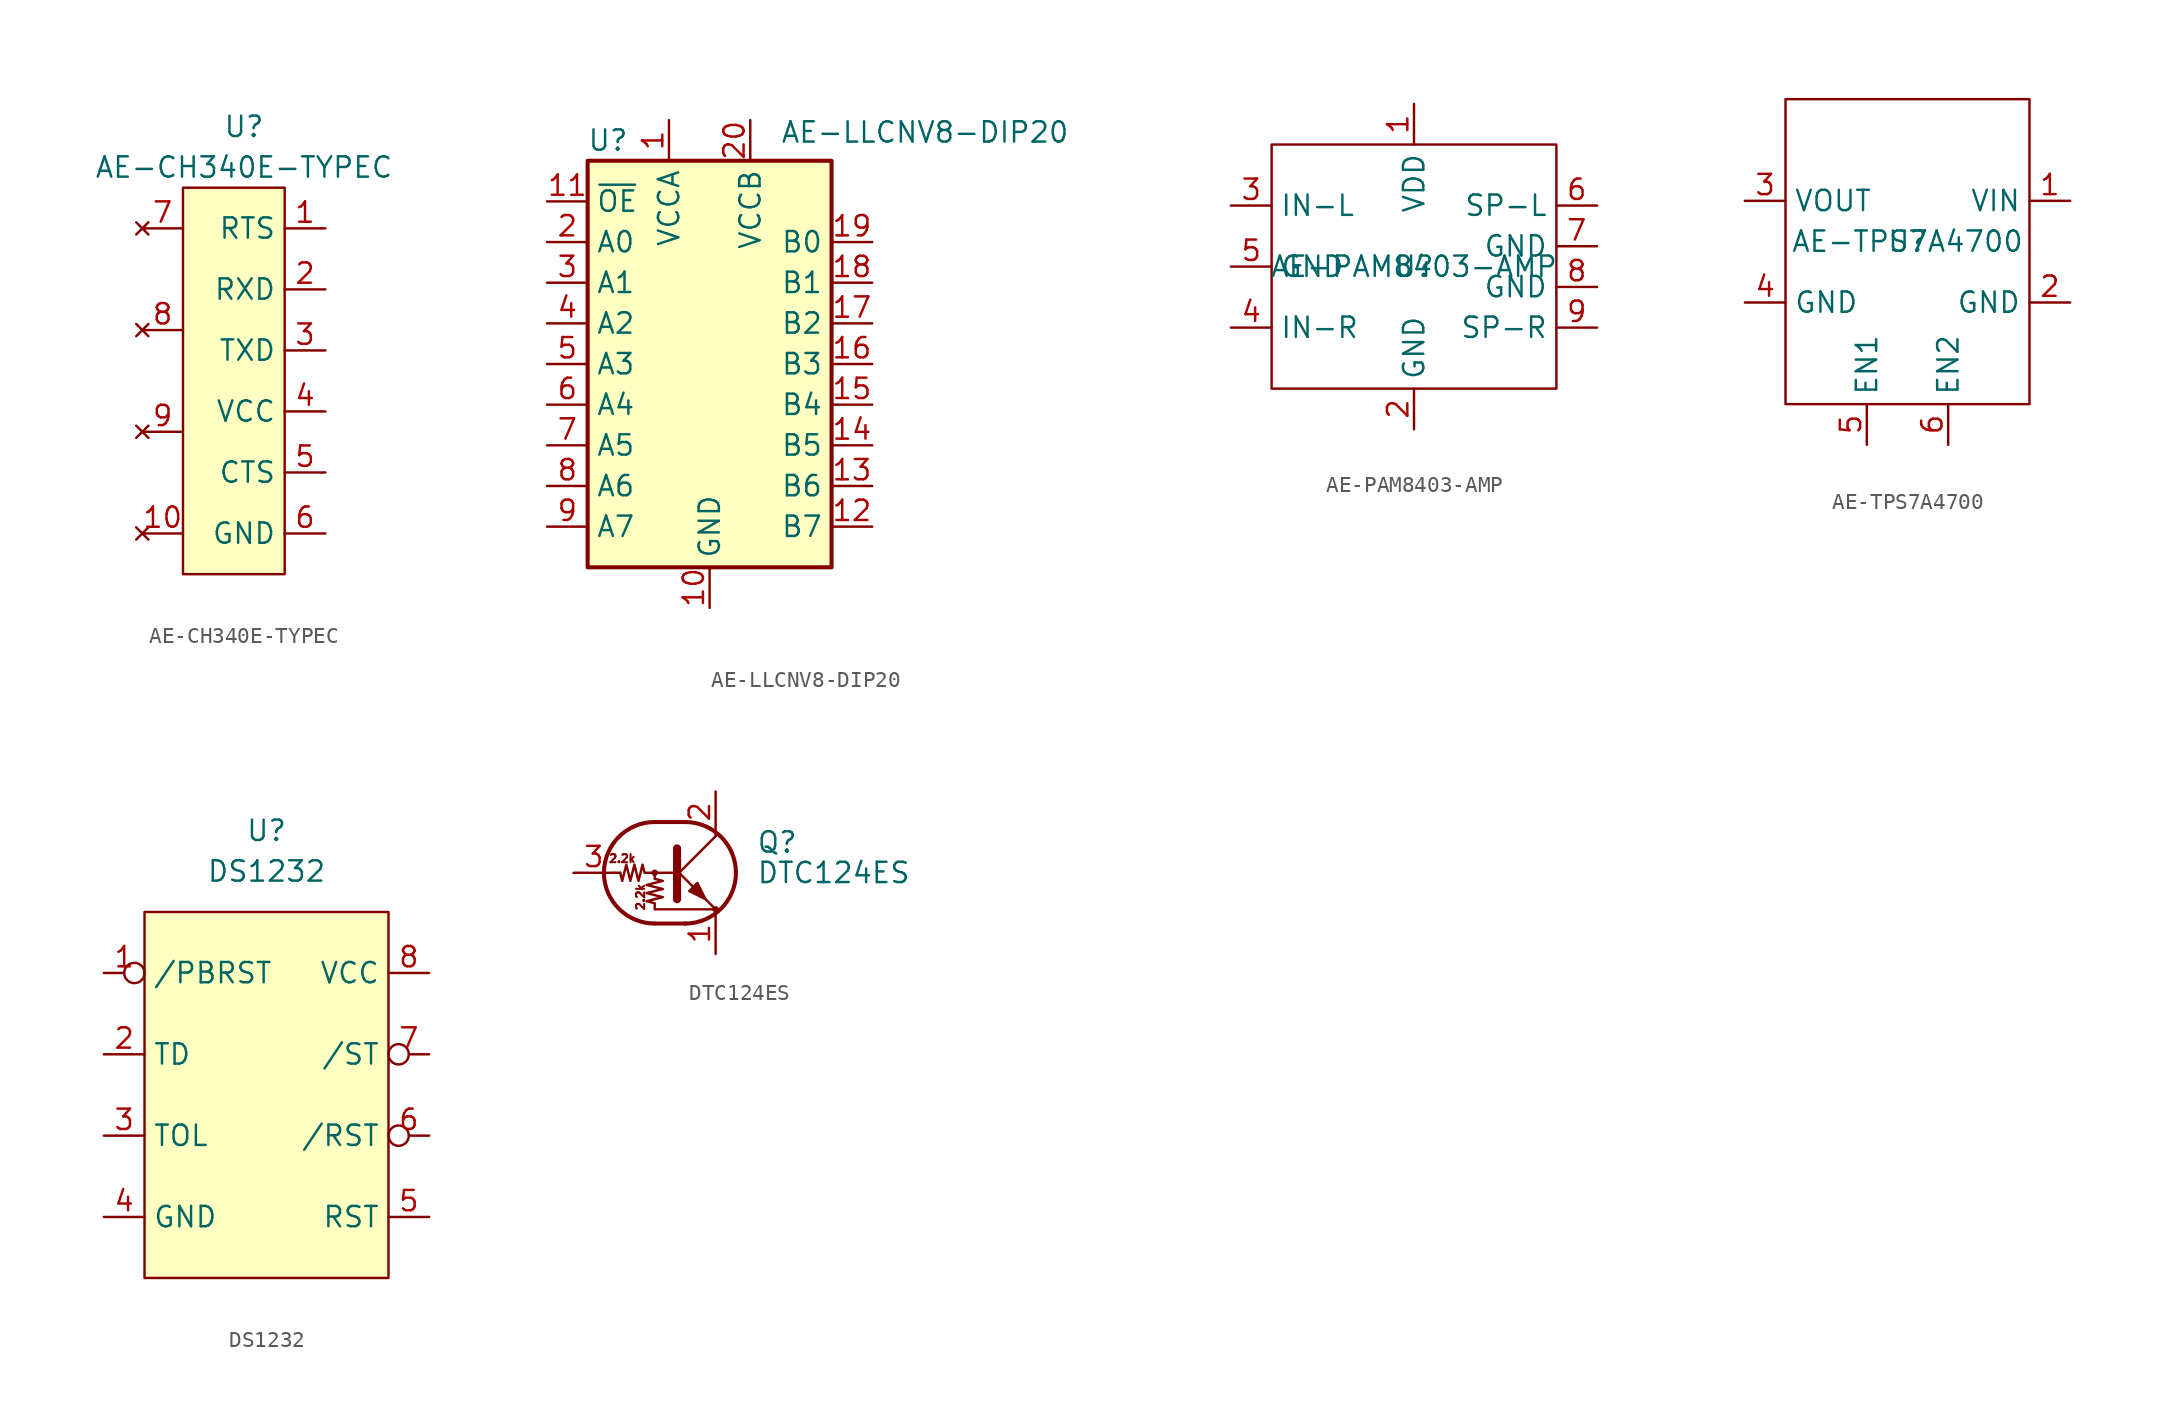
<source format=kicad_sym>
(kicad_symbol_lib
  (version 20241209)
  (generator "kicad_symbol_editor")
  (generator_version "9.0")
  (symbol "AE-CH340E-TYPEC"
    (property "Reference" "U"
      (at 0 2.54 0)
      (effects (font (size 1.27 1.27))))
    (property "Value" "AE-CH340E-TYPEC"
      (at 0 0 0)
      (effects (font (size 1.27 1.27))))
    (symbol "AE-CH340E-TYPEC_1_1"
      (rectangle (start -3.81 -1.27) (end 2.54 -25.4) (stroke (width 0) (type default)) (fill (type background)))
      (pin no_connect line (at -6.35 -3.81 0) (length 2.54) (name "" (effects (font (size 1.27 1.27)))) (number "7" (effects (font (size 1.27 1.27)))))
      (pin no_connect line (at -6.35 -10.16 0) (length 2.54) (name "" (effects (font (size 1.27 1.27)))) (number "8" (effects (font (size 1.27 1.27)))))
      (pin no_connect line (at -6.35 -16.51 0) (length 2.54) (name "" (effects (font (size 1.27 1.27)))) (number "9" (effects (font (size 1.27 1.27)))))
      (pin no_connect line (at -6.35 -22.86 0) (length 2.54) (name "" (effects (font (size 1.27 1.27)))) (number "10" (effects (font (size 1.27 1.27)))))
      (pin output line (at 5.08 -3.81 180) (length 2.54) (name "RTS" (effects (font (size 1.27 1.27)))) (number "1" (effects (font (size 1.27 1.27)))))
      (pin input line (at 5.08 -7.62 180) (length 2.54) (name "RXD" (effects (font (size 1.27 1.27)))) (number "2" (effects (font (size 1.27 1.27)))))
      (pin output line (at 5.08 -11.43 180) (length 2.54) (name "TXD" (effects (font (size 1.27 1.27)))) (number "3" (effects (font (size 1.27 1.27)))))
      (pin power_in line (at 5.08 -15.24 180) (length 2.54) (name "VCC" (effects (font (size 1.27 1.27)))) (number "4" (effects (font (size 1.27 1.27)))))
      (pin input line (at 5.08 -19.05 180) (length 2.54) (name "CTS" (effects (font (size 1.27 1.27)))) (number "5" (effects (font (size 1.27 1.27)))))
      (pin power_in line (at 5.08 -22.86 180) (length 2.54) (name "GND" (effects (font (size 1.27 1.27)))) (number "6" (effects (font (size 1.27 1.27)))))))
  (symbol "AE-LLCNV8-DIP20"
    (property "Reference" "U"
      (at -6.35 13.97 0)
      (effects (font (size 1.27 1.27))))
    (property "Value" "AE-LLCNV8-DIP20"
      (at 13.462 14.478 0)
      (effects (font (size 1.27 1.27))))
    (symbol "AE-LLCNV8-DIP20_1_1"
      (rectangle (start -7.62 12.7) (end 7.62 -12.7) (stroke (width 0.254) (type default)) (fill (type background)))
      (pin input line (at -10.16 10.16 0) (length 2.54) (name "~{OE}" (effects (font (size 1.27 1.27)))) (number "11" (effects (font (size 1.27 1.27)))))
      (pin bidirectional line (at -10.16 7.62 0) (length 2.54) (name "A0" (effects (font (size 1.27 1.27)))) (number "2" (effects (font (size 1.27 1.27)))))
      (pin bidirectional line (at -10.16 5.08 0) (length 2.54) (name "A1" (effects (font (size 1.27 1.27)))) (number "3" (effects (font (size 1.27 1.27)))))
      (pin bidirectional line (at -10.16 2.54 0) (length 2.54) (name "A2" (effects (font (size 1.27 1.27)))) (number "4" (effects (font (size 1.27 1.27)))))
      (pin bidirectional line (at -10.16 0 0) (length 2.54) (name "A3" (effects (font (size 1.27 1.27)))) (number "5" (effects (font (size 1.27 1.27)))))
      (pin bidirectional line (at -10.16 -2.54 0) (length 2.54) (name "A4" (effects (font (size 1.27 1.27)))) (number "6" (effects (font (size 1.27 1.27)))))
      (pin bidirectional line (at -10.16 -5.08 0) (length 2.54) (name "A5" (effects (font (size 1.27 1.27)))) (number "7" (effects (font (size 1.27 1.27)))))
      (pin bidirectional line (at -10.16 -7.62 0) (length 2.54) (name "A6" (effects (font (size 1.27 1.27)))) (number "8" (effects (font (size 1.27 1.27)))))
      (pin bidirectional line (at -10.16 -10.16 0) (length 2.54) (name "A7" (effects (font (size 1.27 1.27)))) (number "9" (effects (font (size 1.27 1.27)))))
      (pin power_in line (at -2.54 15.24 270) (length 2.54) (name "VCCA" (effects (font (size 1.27 1.27)))) (number "1" (effects (font (size 1.27 1.27)))))
      (pin power_in line (at 0 -15.24 90) (length 2.54) (name "GND" (effects (font (size 1.27 1.27)))) (number "10" (effects (font (size 1.27 1.27)))))
      (pin power_in line (at 2.54 15.24 270) (length 2.54) (name "VCCB" (effects (font (size 1.27 1.27)))) (number "20" (effects (font (size 1.27 1.27)))))
      (pin bidirectional line (at 10.16 7.62 180) (length 2.54) (name "B0" (effects (font (size 1.27 1.27)))) (number "19" (effects (font (size 1.27 1.27)))))
      (pin bidirectional line (at 10.16 5.08 180) (length 2.54) (name "B1" (effects (font (size 1.27 1.27)))) (number "18" (effects (font (size 1.27 1.27)))))
      (pin bidirectional line (at 10.16 2.54 180) (length 2.54) (name "B2" (effects (font (size 1.27 1.27)))) (number "17" (effects (font (size 1.27 1.27)))))
      (pin bidirectional line (at 10.16 0 180) (length 2.54) (name "B3" (effects (font (size 1.27 1.27)))) (number "16" (effects (font (size 1.27 1.27)))))
      (pin bidirectional line (at 10.16 -2.54 180) (length 2.54) (name "B4" (effects (font (size 1.27 1.27)))) (number "15" (effects (font (size 1.27 1.27)))))
      (pin bidirectional line (at 10.16 -5.08 180) (length 2.54) (name "B5" (effects (font (size 1.27 1.27)))) (number "14" (effects (font (size 1.27 1.27)))))
      (pin bidirectional line (at 10.16 -7.62 180) (length 2.54) (name "B6" (effects (font (size 1.27 1.27)))) (number "13" (effects (font (size 1.27 1.27)))))
      (pin bidirectional line (at 10.16 -10.16 180) (length 2.54) (name "B7" (effects (font (size 1.27 1.27)))) (number "12" (effects (font (size 1.27 1.27)))))))
  (symbol "AE-PAM8403-AMP"
    (property "Reference" "U"
      (at 0 0 0)
      (effects (font (size 1.27 1.27))))
    (property "Value" "AE-PAM8403-AMP"
      (at 0 0 0)
      (effects (font (size 1.27 1.27))))
    (symbol "AE-PAM8403-AMP_0_1"
      (rectangle (start -8.89 7.62) (end 8.89 -7.62) (stroke (width 0) (type default)) (fill (type none))))
    (symbol "AE-PAM8403-AMP_1_1"
      (pin output line (at -11.43 3.81 0) (length 2.54) (name "IN-L" (effects (font (size 1.27 1.27)))) (number "3" (effects (font (size 1.27 1.27)))))
      (pin power_in line (at -11.43 0 0) (length 2.54) (name "GND" (effects (font (size 1.27 1.27)))) (number "5" (effects (font (size 1.27 1.27)))))
      (pin output line (at -11.43 -3.81 0) (length 2.54) (name "IN-R" (effects (font (size 1.27 1.27)))) (number "4" (effects (font (size 1.27 1.27)))))
      (pin power_in line (at 0 10.16 270) (length 2.54) (name "VDD" (effects (font (size 1.27 1.27)))) (number "1" (effects (font (size 1.27 1.27)))))
      (pin power_in line (at 0 -10.16 90) (length 2.54) (name "GND" (effects (font (size 1.27 1.27)))) (number "2" (effects (font (size 1.27 1.27)))))
      (pin output line (at 11.43 3.81 180) (length 2.54) (name "SP-L" (effects (font (size 1.27 1.27)))) (number "6" (effects (font (size 1.27 1.27)))))
      (pin power_in line (at 11.43 1.27 180) (length 2.54) (name "GND" (effects (font (size 1.27 1.27)))) (number "7" (effects (font (size 1.27 1.27)))))
      (pin power_in line (at 11.43 -1.27 180) (length 2.54) (name "GND" (effects (font (size 1.27 1.27)))) (number "8" (effects (font (size 1.27 1.27)))))
      (pin output line (at 11.43 -3.81 180) (length 2.54) (name "SP-R" (effects (font (size 1.27 1.27)))) (number "9" (effects (font (size 1.27 1.27)))))))
  (symbol "AE-TPS7A4700"
    (property "Reference" "U"
      (at 0 0 0)
      (effects (font (size 1.27 1.27))))
    (property "Value" "AE-TPS7A4700"
      (at 0 0 0)
      (effects (font (size 1.27 1.27))))
    (symbol "AE-TPS7A4700_0_1"
      (rectangle (start -7.62 8.89) (end 7.62 -10.16) (stroke (width 0) (type default)) (fill (type none))))
    (symbol "AE-TPS7A4700_1_1"
      (pin power_in line (at -10.16 2.54 0) (length 2.54) (name "VOUT" (effects (font (size 1.27 1.27)))) (number "3" (effects (font (size 1.27 1.27)))))
      (pin power_in line (at -10.16 -3.81 0) (length 2.54) (name "GND" (effects (font (size 1.27 1.27)))) (number "4" (effects (font (size 1.27 1.27)))))
      (pin passive line (at -2.54 -12.7 90) (length 2.54) (name "EN1" (effects (font (size 1.27 1.27)))) (number "5" (effects (font (size 1.27 1.27)))))
      (pin passive line (at 2.54 -12.7 90) (length 2.54) (name "EN2" (effects (font (size 1.27 1.27)))) (number "6" (effects (font (size 1.27 1.27)))))
      (pin power_in line (at 10.16 2.54 180) (length 2.54) (name "VIN" (effects (font (size 1.27 1.27)))) (number "1" (effects (font (size 1.27 1.27)))))
      (pin power_in line (at 10.16 -3.81 180) (length 2.54) (name "GND" (effects (font (size 1.27 1.27)))) (number "2" (effects (font (size 1.27 1.27)))))))
  (symbol "DS1232"
    (property "Reference" "U"
      (at 0 2.54 0)
      (effects (font (size 1.27 1.27))))
    (property "Value" "DS1232"
      (at 0 0 0)
      (effects (font (size 1.27 1.27))))
    (symbol "DS1232_1_1"
      (rectangle (start -7.62 -2.54) (end 7.62 -25.4) (stroke (width 0) (type default)) (fill (type background)))
      (pin input inverted (at -10.16 -6.35 0) (length 2.54) (name "/PBRST" (effects (font (size 1.27 1.27)))) (number "1" (effects (font (size 1.27 1.27)))))
      (pin input line (at -10.16 -11.43 0) (length 2.54) (name "TD" (effects (font (size 1.27 1.27)))) (number "2" (effects (font (size 1.27 1.27)))))
      (pin input line (at -10.16 -16.51 0) (length 2.54) (name "TOL" (effects (font (size 1.27 1.27)))) (number "3" (effects (font (size 1.27 1.27)))))
      (pin power_in line (at -10.16 -21.59 0) (length 2.54) (name "GND" (effects (font (size 1.27 1.27)))) (number "4" (effects (font (size 1.27 1.27)))))
      (pin power_in line (at 10.16 -6.35 180) (length 2.54) (name "VCC" (effects (font (size 1.27 1.27)))) (number "8" (effects (font (size 1.27 1.27)))))
      (pin input inverted (at 10.16 -11.43 180) (length 2.54) (name "/ST" (effects (font (size 1.27 1.27)))) (number "7" (effects (font (size 1.27 1.27)))))
      (pin output inverted (at 10.16 -16.51 180) (length 2.54) (name "/RST" (effects (font (size 1.27 1.27)))) (number "6" (effects (font (size 1.27 1.27)))))
      (pin output line (at 10.16 -21.59 180) (length 2.54) (name "RST" (effects (font (size 1.27 1.27)))) (number "5" (effects (font (size 1.27 1.27)))))))
  (symbol "DTC124ES"
    (pin_names
      (offset 0)
      (hide yes))
    (property "Reference" "Q"
      (at 5.08 1.905 0)
      (effects (font (size 1.27 1.27)) (justify left)))
    (property "Value" "DTC124ES"
      (at 5.08 0 0)
      (effects (font (size 1.27 1.27)) (justify left)))
    (symbol "DTC124ES_0_1"
      (polyline (pts (xy -3.429 0) (xy -3.81 0)) (stroke (width 0) (type default)) (fill (type none)))
      (polyline (pts (xy -1.27 3.175) (xy 0.635 3.175)) (stroke (width 0.254) (type default)) (fill (type none)))
      (circle (center -1.27 0) (radius 0.127) (stroke (width 0) (type default)) (fill (type none)))
      (polyline (pts (xy -1.27 0) (xy -1.27 -0.381) (xy -0.762 -0.508) (xy -1.778 -0.762) (xy -0.762 -1.016) (xy -1.778 -1.27) (xy -0.762 -1.524) (xy -1.778 -1.778) (xy -1.27 -1.905) (xy -1.27 -2.286) (xy 2.54 -2.286)) (stroke (width 0) (type default)) (fill (type none)))
      (polyline (pts (xy -1.27 -3.175) (xy 0.635 -3.175)) (stroke (width 0.254) (type default)) (fill (type none)))
      (arc (start -1.27 -3.175) (mid -4.4312 0) (end -1.27 3.175) (stroke (width 0.254) (type default)) (fill (type none)))
      (polyline (pts (xy 0 0) (xy -1.905 0) (xy -2.032 0.508) (xy -2.286 -0.508) (xy -2.54 0.508) (xy -2.794 -0.508) (xy -3.048 0.508) (xy -3.302 -0.508) (xy -3.429 0)) (stroke (width 0) (type default)) (fill (type none)))
      (polyline (pts (xy 0 -0.254) (xy 2.54 2.286)) (stroke (width 0) (type default)) (fill (type none)))
      (polyline (pts (xy 0.127 1.524) (xy 0.127 -1.651)) (stroke (width 0.508) (type default)) (fill (type outline)))
      (arc (start 0.635 3.175) (mid 3.7962 0) (end 0.635 -3.175) (stroke (width 0.254) (type default)) (fill (type none)))
      (polyline (pts (xy 0.889 -1.143) (xy 1.397 -0.635) (xy 1.905 -1.651) (xy 0.889 -1.143)) (stroke (width 0) (type default)) (fill (type outline)))
      (polyline (pts (xy 2.54 2.286) (xy 2.54 2.54)) (stroke (width 0) (type default)) (fill (type none)))
      (polyline (pts (xy 2.54 -2.286) (xy 0 0.254) (xy 0 0.254)) (stroke (width 0) (type default)) (fill (type none)))
      (circle (center 2.54 -2.286) (radius 0.127) (stroke (width 0) (type default)) (fill (type none))))
    (symbol "DTC124ES_1_1"
      (text "2.2k" (at -3.302 0.889 0) (effects (font (size 0.508 0.508))))
      (text "2.2k" (at -2.159 -1.524 900) (effects (font (size 0.508 0.508))))
      (pin input line (at -6.35 0 0) (length 2.54) (name "B" (effects (font (size 1.27 1.27)))) (number "3" (effects (font (size 1.27 1.27)))))
      (pin passive line (at 2.54 5.08 270) (length 2.54) (name "C" (effects (font (size 1.27 1.27)))) (number "2" (effects (font (size 1.27 1.27)))))
      (pin passive line (at 2.54 -5.08 90) (length 2.54) (name "E" (effects (font (size 1.27 1.27)))) (number "1" (effects (font (size 1.27 1.27))))))))
</source>
